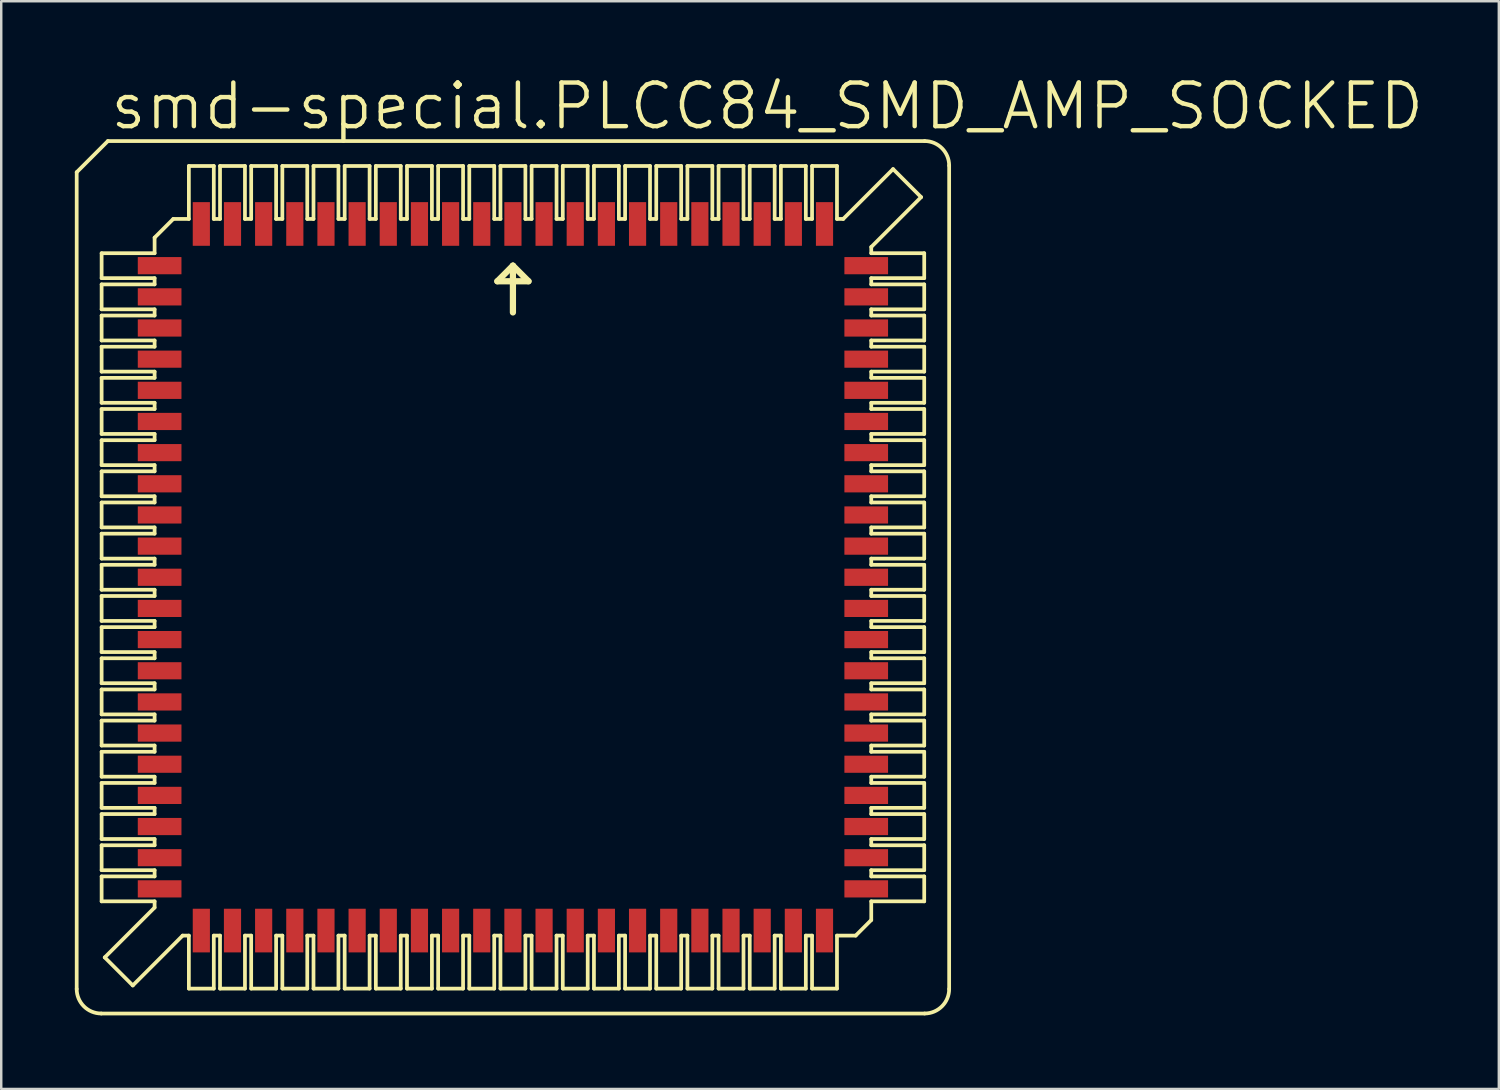
<source format=kicad_pcb>
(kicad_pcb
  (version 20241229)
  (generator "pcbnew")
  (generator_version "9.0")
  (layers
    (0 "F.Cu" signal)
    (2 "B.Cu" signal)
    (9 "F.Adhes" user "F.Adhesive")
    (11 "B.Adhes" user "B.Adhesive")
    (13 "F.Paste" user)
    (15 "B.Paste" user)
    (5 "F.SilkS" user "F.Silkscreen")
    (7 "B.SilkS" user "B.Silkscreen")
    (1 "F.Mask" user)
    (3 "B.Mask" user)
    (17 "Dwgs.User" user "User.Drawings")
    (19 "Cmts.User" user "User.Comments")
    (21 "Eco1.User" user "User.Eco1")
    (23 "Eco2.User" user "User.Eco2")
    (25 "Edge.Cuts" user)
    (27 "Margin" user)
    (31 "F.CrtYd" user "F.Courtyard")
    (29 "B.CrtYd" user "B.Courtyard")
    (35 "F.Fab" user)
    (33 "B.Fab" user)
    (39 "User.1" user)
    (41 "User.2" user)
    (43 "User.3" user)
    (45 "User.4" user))
  (footprint "smd-special.PLCC84_SMD_AMP_SOCKED"
    (layer "F.Cu")
    (at 17.856 20.479)
    (property "Reference" "smd-special.PLCC84_SMD_AMP_SOCKED" (at -16.51 -18.161 0) (layer "F.SilkS") (effects (font (size 1.778 1.778) (thickness 0.18)) (justify left bottom)))
    (attr smd)
    (fp_line (start -17.78 16.78) (end -17.78 -16.51) (stroke (width 0.152) (type default)) (layer "F.SilkS"))
    (fp_line (start -16.78 17.78) (end 16.78 17.78) (stroke (width 0.152) (type default)) (layer "F.SilkS"))
    (fp_line (start -16.764 -13.208) (end -16.764 -12.192) (stroke (width 0.152) (type default)) (layer "F.SilkS"))
    (fp_line (start -16.764 -13.208) (end -14.605 -13.208) (stroke (width 0.152) (type default)) (layer "F.SilkS"))
    (fp_line (start -16.764 -11.938) (end -16.764 -10.922) (stroke (width 0.152) (type default)) (layer "F.SilkS"))
    (fp_line (start -16.764 -11.938) (end -14.605 -11.938) (stroke (width 0.152) (type default)) (layer "F.SilkS"))
    (fp_line (start -16.764 -9.652) (end -16.764 -10.668) (stroke (width 0.152) (type default)) (layer "F.SilkS"))
    (fp_line (start -16.764 -9.652) (end -14.605 -9.652) (stroke (width 0.152) (type default)) (layer "F.SilkS"))
    (fp_line (start -16.764 -9.398) (end -16.764 -8.382) (stroke (width 0.152) (type default)) (layer "F.SilkS"))
    (fp_line (start -16.764 -9.398) (end -14.605 -9.398) (stroke (width 0.152) (type default)) (layer "F.SilkS"))
    (fp_line (start -16.764 -8.128) (end -16.764 -7.112) (stroke (width 0.152) (type default)) (layer "F.SilkS"))
    (fp_line (start -16.764 -8.128) (end -14.605 -8.128) (stroke (width 0.152) (type default)) (layer "F.SilkS"))
    (fp_line (start -16.764 -6.858) (end -16.764 -5.842) (stroke (width 0.152) (type default)) (layer "F.SilkS"))
    (fp_line (start -16.764 -6.858) (end -14.605 -6.858) (stroke (width 0.152) (type default)) (layer "F.SilkS"))
    (fp_line (start -16.764 -5.588) (end -16.764 -4.572) (stroke (width 0.152) (type default)) (layer "F.SilkS"))
    (fp_line (start -16.764 -5.588) (end -14.605 -5.588) (stroke (width 0.152) (type default)) (layer "F.SilkS"))
    (fp_line (start -16.764 -3.302) (end -16.764 -4.318) (stroke (width 0.152) (type default)) (layer "F.SilkS"))
    (fp_line (start -16.764 -3.302) (end -14.605 -3.302) (stroke (width 0.152) (type default)) (layer "F.SilkS"))
    (fp_line (start -16.764 -2.032) (end -16.764 -3.048) (stroke (width 0.152) (type default)) (layer "F.SilkS"))
    (fp_line (start -16.764 -2.032) (end -14.605 -2.032) (stroke (width 0.152) (type default)) (layer "F.SilkS"))
    (fp_line (start -16.764 -0.762) (end -16.764 -1.778) (stroke (width 0.152) (type default)) (layer "F.SilkS"))
    (fp_line (start -16.764 -0.762) (end -14.605 -0.762) (stroke (width 0.152) (type default)) (layer "F.SilkS"))
    (fp_line (start -16.764 0.508) (end -16.764 -0.508) (stroke (width 0.152) (type default)) (layer "F.SilkS"))
    (fp_line (start -16.764 0.508) (end -14.605 0.508) (stroke (width 0.152) (type default)) (layer "F.SilkS"))
    (fp_line (start -16.764 1.778) (end -16.764 0.762) (stroke (width 0.152) (type default)) (layer "F.SilkS"))
    (fp_line (start -16.764 1.778) (end -14.605 1.778) (stroke (width 0.152) (type default)) (layer "F.SilkS"))
    (fp_line (start -16.764 3.048) (end -16.764 2.032) (stroke (width 0.152) (type default)) (layer "F.SilkS"))
    (fp_line (start -16.764 3.048) (end -14.605 3.048) (stroke (width 0.152) (type default)) (layer "F.SilkS"))
    (fp_line (start -16.764 3.302) (end -16.764 4.318) (stroke (width 0.152) (type default)) (layer "F.SilkS"))
    (fp_line (start -16.764 3.302) (end -14.605 3.302) (stroke (width 0.152) (type default)) (layer "F.SilkS"))
    (fp_line (start -16.764 4.572) (end -16.764 5.588) (stroke (width 0.152) (type default)) (layer "F.SilkS"))
    (fp_line (start -16.764 4.572) (end -14.605 4.572) (stroke (width 0.152) (type default)) (layer "F.SilkS"))
    (fp_line (start -16.764 5.842) (end -16.764 6.858) (stroke (width 0.152) (type default)) (layer "F.SilkS"))
    (fp_line (start -16.764 5.842) (end -14.605 5.842) (stroke (width 0.152) (type default)) (layer "F.SilkS"))
    (fp_line (start -16.764 7.112) (end -14.605 7.112) (stroke (width 0.152) (type default)) (layer "F.SilkS"))
    (fp_line (start -16.764 8.128) (end -16.764 7.112) (stroke (width 0.152) (type default)) (layer "F.SilkS"))
    (fp_line (start -16.764 8.128) (end -14.605 8.128) (stroke (width 0.152) (type default)) (layer "F.SilkS"))
    (fp_line (start -16.764 8.382) (end -16.764 9.398) (stroke (width 0.152) (type default)) (layer "F.SilkS"))
    (fp_line (start -16.764 9.652) (end -16.764 10.668) (stroke (width 0.152) (type default)) (layer "F.SilkS"))
    (fp_line (start -16.764 10.922) (end -16.764 11.938) (stroke (width 0.152) (type default)) (layer "F.SilkS"))
    (fp_line (start -16.764 10.922) (end -14.605 10.922) (stroke (width 0.152) (type default)) (layer "F.SilkS"))
    (fp_line (start -16.764 12.192) (end -16.764 13.208) (stroke (width 0.152) (type default)) (layer "F.SilkS"))
    (fp_line (start -16.764 12.192) (end -14.605 12.192) (stroke (width 0.152) (type default)) (layer "F.SilkS"))
    (fp_line (start -16.637 15.494) (end -15.494 16.637) (stroke (width 0.152) (type default)) (layer "F.SilkS"))
    (fp_line (start -16.637 15.494) (end -14.605 13.462) (stroke (width 0.152) (type default)) (layer "F.SilkS"))
    (fp_line (start -16.51 -17.78) (end -17.78 -16.51) (stroke (width 0.152) (type default)) (layer "F.SilkS"))
    (fp_line (start -14.605 -13.208) (end -14.605 -13.843) (stroke (width 0.152) (type default)) (layer "F.SilkS"))
    (fp_line (start -14.605 -12.192) (end -16.764 -12.192) (stroke (width 0.152) (type default)) (layer "F.SilkS"))
    (fp_line (start -14.605 -12.192) (end -14.605 -11.938) (stroke (width 0.152) (type default)) (layer "F.SilkS"))
    (fp_line (start -14.605 -10.922) (end -16.764 -10.922) (stroke (width 0.152) (type default)) (layer "F.SilkS"))
    (fp_line (start -14.605 -10.668) (end -16.764 -10.668) (stroke (width 0.152) (type default)) (layer "F.SilkS"))
    (fp_line (start -14.605 -10.668) (end -14.605 -10.922) (stroke (width 0.152) (type default)) (layer "F.SilkS"))
    (fp_line (start -14.605 -9.398) (end -14.605 -9.652) (stroke (width 0.152) (type default)) (layer "F.SilkS"))
    (fp_line (start -14.605 -8.382) (end -16.764 -8.382) (stroke (width 0.152) (type default)) (layer "F.SilkS"))
    (fp_line (start -14.605 -8.382) (end -14.605 -8.128) (stroke (width 0.152) (type default)) (layer "F.SilkS"))
    (fp_line (start -14.605 -7.112) (end -16.764 -7.112) (stroke (width 0.152) (type default)) (layer "F.SilkS"))
    (fp_line (start -14.605 -7.112) (end -14.605 -6.858) (stroke (width 0.152) (type default)) (layer "F.SilkS"))
    (fp_line (start -14.605 -5.842) (end -16.764 -5.842) (stroke (width 0.152) (type default)) (layer "F.SilkS"))
    (fp_line (start -14.605 -5.842) (end -14.605 -5.588) (stroke (width 0.152) (type default)) (layer "F.SilkS"))
    (fp_line (start -14.605 -4.572) (end -16.764 -4.572) (stroke (width 0.152) (type default)) (layer "F.SilkS"))
    (fp_line (start -14.605 -4.572) (end -14.605 -4.318) (stroke (width 0.152) (type default)) (layer "F.SilkS"))
    (fp_line (start -14.605 -4.318) (end -16.764 -4.318) (stroke (width 0.152) (type default)) (layer "F.SilkS"))
    (fp_line (start -14.605 -3.048) (end -16.764 -3.048) (stroke (width 0.152) (type default)) (layer "F.SilkS"))
    (fp_line (start -14.605 -3.048) (end -14.605 -3.302) (stroke (width 0.152) (type default)) (layer "F.SilkS"))
    (fp_line (start -14.605 -1.778) (end -16.764 -1.778) (stroke (width 0.152) (type default)) (layer "F.SilkS"))
    (fp_line (start -14.605 -1.778) (end -14.605 -2.032) (stroke (width 0.152) (type default)) (layer "F.SilkS"))
    (fp_line (start -14.605 -0.508) (end -16.764 -0.508) (stroke (width 0.152) (type default)) (layer "F.SilkS"))
    (fp_line (start -14.605 -0.508) (end -14.605 -0.762) (stroke (width 0.152) (type default)) (layer "F.SilkS"))
    (fp_line (start -14.605 0.762) (end -16.764 0.762) (stroke (width 0.152) (type default)) (layer "F.SilkS"))
    (fp_line (start -14.605 0.762) (end -14.605 0.508) (stroke (width 0.152) (type default)) (layer "F.SilkS"))
    (fp_line (start -14.605 2.032) (end -16.764 2.032) (stroke (width 0.152) (type default)) (layer "F.SilkS"))
    (fp_line (start -14.605 2.032) (end -14.605 1.778) (stroke (width 0.152) (type default)) (layer "F.SilkS"))
    (fp_line (start -14.605 3.048) (end -14.605 3.302) (stroke (width 0.152) (type default)) (layer "F.SilkS"))
    (fp_line (start -14.605 4.318) (end -16.764 4.318) (stroke (width 0.152) (type default)) (layer "F.SilkS"))
    (fp_line (start -14.605 4.318) (end -14.605 4.572) (stroke (width 0.152) (type default)) (layer "F.SilkS"))
    (fp_line (start -14.605 5.588) (end -16.764 5.588) (stroke (width 0.152) (type default)) (layer "F.SilkS"))
    (fp_line (start -14.605 5.588) (end -14.605 5.842) (stroke (width 0.152) (type default)) (layer "F.SilkS"))
    (fp_line (start -14.605 6.858) (end -16.764 6.858) (stroke (width 0.152) (type default)) (layer "F.SilkS"))
    (fp_line (start -14.605 6.858) (end -14.605 7.112) (stroke (width 0.152) (type default)) (layer "F.SilkS"))
    (fp_line (start -14.605 8.382) (end -16.764 8.382) (stroke (width 0.152) (type default)) (layer "F.SilkS"))
    (fp_line (start -14.605 8.382) (end -14.605 8.128) (stroke (width 0.152) (type default)) (layer "F.SilkS"))
    (fp_line (start -14.605 9.398) (end -16.764 9.398) (stroke (width 0.152) (type default)) (layer "F.SilkS"))
    (fp_line (start -14.605 9.398) (end -14.605 9.652) (stroke (width 0.152) (type default)) (layer "F.SilkS"))
    (fp_line (start -14.605 9.652) (end -16.764 9.652) (stroke (width 0.152) (type default)) (layer "F.SilkS"))
    (fp_line (start -14.605 10.668) (end -16.764 10.668) (stroke (width 0.152) (type default)) (layer "F.SilkS"))
    (fp_line (start -14.605 10.668) (end -14.605 10.922) (stroke (width 0.152) (type default)) (layer "F.SilkS"))
    (fp_line (start -14.605 11.938) (end -16.764 11.938) (stroke (width 0.152) (type default)) (layer "F.SilkS"))
    (fp_line (start -14.605 11.938) (end -14.605 12.192) (stroke (width 0.152) (type default)) (layer "F.SilkS"))
    (fp_line (start -14.605 13.208) (end -16.764 13.208) (stroke (width 0.152) (type default)) (layer "F.SilkS"))
    (fp_line (start -14.605 13.462) (end -14.605 13.208) (stroke (width 0.152) (type default)) (layer "F.SilkS"))
    (fp_line (start -13.843 -14.605) (end -14.605 -13.843) (stroke (width 0.152) (type default)) (layer "F.SilkS"))
    (fp_line (start -13.462 14.605) (end -15.494 16.637) (stroke (width 0.152) (type default)) (layer "F.SilkS"))
    (fp_line (start -13.208 -14.605) (end -13.843 -14.605) (stroke (width 0.152) (type default)) (layer "F.SilkS"))
    (fp_line (start -13.208 -14.605) (end -13.208 -16.764) (stroke (width 0.152) (type default)) (layer "F.SilkS"))
    (fp_line (start -13.208 14.605) (end -13.462 14.605) (stroke (width 0.152) (type default)) (layer "F.SilkS"))
    (fp_line (start -13.208 14.605) (end -13.208 16.764) (stroke (width 0.152) (type default)) (layer "F.SilkS"))
    (fp_line (start -12.192 -16.764) (end -13.208 -16.764) (stroke (width 0.152) (type default)) (layer "F.SilkS"))
    (fp_line (start -12.192 -16.764) (end -12.192 -14.605) (stroke (width 0.152) (type default)) (layer "F.SilkS"))
    (fp_line (start -12.192 16.764) (end -13.208 16.764) (stroke (width 0.152) (type default)) (layer "F.SilkS"))
    (fp_line (start -12.192 16.764) (end -12.192 14.605) (stroke (width 0.152) (type default)) (layer "F.SilkS"))
    (fp_line (start -11.938 -14.605) (end -12.192 -14.605) (stroke (width 0.152) (type default)) (layer "F.SilkS"))
    (fp_line (start -11.938 -14.605) (end -11.938 -16.764) (stroke (width 0.152) (type default)) (layer "F.SilkS"))
    (fp_line (start -11.938 14.605) (end -12.192 14.605) (stroke (width 0.152) (type default)) (layer "F.SilkS"))
    (fp_line (start -11.938 14.605) (end -11.938 16.764) (stroke (width 0.152) (type default)) (layer "F.SilkS"))
    (fp_line (start -10.922 -16.764) (end -11.938 -16.764) (stroke (width 0.152) (type default)) (layer "F.SilkS"))
    (fp_line (start -10.922 -14.605) (end -10.922 -16.764) (stroke (width 0.152) (type default)) (layer "F.SilkS"))
    (fp_line (start -10.922 -14.605) (end -10.668 -14.605) (stroke (width 0.152) (type default)) (layer "F.SilkS"))
    (fp_line (start -10.922 16.764) (end -11.938 16.764) (stroke (width 0.152) (type default)) (layer "F.SilkS"))
    (fp_line (start -10.922 16.764) (end -10.922 14.605) (stroke (width 0.152) (type default)) (layer "F.SilkS"))
    (fp_line (start -10.668 -14.605) (end -10.668 -16.764) (stroke (width 0.152) (type default)) (layer "F.SilkS"))
    (fp_line (start -10.668 14.605) (end -10.922 14.605) (stroke (width 0.152) (type default)) (layer "F.SilkS"))
    (fp_line (start -10.668 16.764) (end -10.668 14.605) (stroke (width 0.152) (type default)) (layer "F.SilkS"))
    (fp_line (start -10.668 16.764) (end -9.652 16.764) (stroke (width 0.152) (type default)) (layer "F.SilkS"))
    (fp_line (start -9.652 -16.764) (end -10.668 -16.764) (stroke (width 0.152) (type default)) (layer "F.SilkS"))
    (fp_line (start -9.652 -16.764) (end -9.652 -14.605) (stroke (width 0.152) (type default)) (layer "F.SilkS"))
    (fp_line (start -9.652 14.605) (end -9.652 16.764) (stroke (width 0.152) (type default)) (layer "F.SilkS"))
    (fp_line (start -9.652 14.605) (end -9.398 14.605) (stroke (width 0.152) (type default)) (layer "F.SilkS"))
    (fp_line (start -9.398 -14.605) (end -9.652 -14.605) (stroke (width 0.152) (type default)) (layer "F.SilkS"))
    (fp_line (start -9.398 -14.605) (end -9.398 -16.764) (stroke (width 0.152) (type default)) (layer "F.SilkS"))
    (fp_line (start -9.398 16.764) (end -9.398 14.605) (stroke (width 0.152) (type default)) (layer "F.SilkS"))
    (fp_line (start -9.398 16.764) (end -8.382 16.764) (stroke (width 0.152) (type default)) (layer "F.SilkS"))
    (fp_line (start -8.382 -16.764) (end -9.398 -16.764) (stroke (width 0.152) (type default)) (layer "F.SilkS"))
    (fp_line (start -8.382 -16.764) (end -8.382 -14.605) (stroke (width 0.152) (type default)) (layer "F.SilkS"))
    (fp_line (start -8.382 14.605) (end -8.382 16.764) (stroke (width 0.152) (type default)) (layer "F.SilkS"))
    (fp_line (start -8.128 -14.605) (end -8.382 -14.605) (stroke (width 0.152) (type default)) (layer "F.SilkS"))
    (fp_line (start -8.128 -14.605) (end -8.128 -16.764) (stroke (width 0.152) (type default)) (layer "F.SilkS"))
    (fp_line (start -8.128 14.605) (end -8.382 14.605) (stroke (width 0.152) (type default)) (layer "F.SilkS"))
    (fp_line (start -8.128 14.605) (end -8.128 16.764) (stroke (width 0.152) (type default)) (layer "F.SilkS"))
    (fp_line (start -7.112 -16.764) (end -8.128 -16.764) (stroke (width 0.152) (type default)) (layer "F.SilkS"))
    (fp_line (start -7.112 -16.764) (end -7.112 -14.605) (stroke (width 0.152) (type default)) (layer "F.SilkS"))
    (fp_line (start -7.112 16.764) (end -8.128 16.764) (stroke (width 0.152) (type default)) (layer "F.SilkS"))
    (fp_line (start -7.112 16.764) (end -7.112 14.605) (stroke (width 0.152) (type default)) (layer "F.SilkS"))
    (fp_line (start -6.858 -14.605) (end -7.112 -14.605) (stroke (width 0.152) (type default)) (layer "F.SilkS"))
    (fp_line (start -6.858 -14.605) (end -6.858 -16.764) (stroke (width 0.152) (type default)) (layer "F.SilkS"))
    (fp_line (start -6.858 14.605) (end -7.112 14.605) (stroke (width 0.152) (type default)) (layer "F.SilkS"))
    (fp_line (start -6.858 16.764) (end -6.858 14.605) (stroke (width 0.152) (type default)) (layer "F.SilkS"))
    (fp_line (start -6.858 16.764) (end -5.842 16.764) (stroke (width 0.152) (type default)) (layer "F.SilkS"))
    (fp_line (start -5.842 -16.764) (end -6.858 -16.764) (stroke (width 0.152) (type default)) (layer "F.SilkS"))
    (fp_line (start -5.842 -16.764) (end -5.842 -14.605) (stroke (width 0.152) (type default)) (layer "F.SilkS"))
    (fp_line (start -5.842 14.605) (end -5.842 16.764) (stroke (width 0.152) (type default)) (layer "F.SilkS"))
    (fp_line (start -5.842 14.605) (end -5.588 14.605) (stroke (width 0.152) (type default)) (layer "F.SilkS"))
    (fp_line (start -5.588 -14.605) (end -5.842 -14.605) (stroke (width 0.152) (type default)) (layer "F.SilkS"))
    (fp_line (start -5.588 -14.605) (end -5.588 -16.764) (stroke (width 0.152) (type default)) (layer "F.SilkS"))
    (fp_line (start -5.588 16.764) (end -5.588 14.605) (stroke (width 0.152) (type default)) (layer "F.SilkS"))
    (fp_line (start -5.588 16.764) (end -4.572 16.764) (stroke (width 0.152) (type default)) (layer "F.SilkS"))
    (fp_line (start -4.572 -16.764) (end -5.588 -16.764) (stroke (width 0.152) (type default)) (layer "F.SilkS"))
    (fp_line (start -4.572 -16.764) (end -4.572 -14.605) (stroke (width 0.152) (type default)) (layer "F.SilkS"))
    (fp_line (start -4.572 14.605) (end -4.572 16.764) (stroke (width 0.152) (type default)) (layer "F.SilkS"))
    (fp_line (start -4.572 14.605) (end -4.318 14.605) (stroke (width 0.152) (type default)) (layer "F.SilkS"))
    (fp_line (start -4.318 -14.605) (end -4.572 -14.605) (stroke (width 0.152) (type default)) (layer "F.SilkS"))
    (fp_line (start -4.318 -14.605) (end -4.318 -16.764) (stroke (width 0.152) (type default)) (layer "F.SilkS"))
    (fp_line (start -4.318 16.764) (end -4.318 14.605) (stroke (width 0.152) (type default)) (layer "F.SilkS"))
    (fp_line (start -4.318 16.764) (end -3.302 16.764) (stroke (width 0.152) (type default)) (layer "F.SilkS"))
    (fp_line (start -3.302 -16.764) (end -4.318 -16.764) (stroke (width 0.152) (type default)) (layer "F.SilkS"))
    (fp_line (start -3.302 -16.764) (end -3.302 -14.605) (stroke (width 0.152) (type default)) (layer "F.SilkS"))
    (fp_line (start -3.302 14.605) (end -3.302 16.764) (stroke (width 0.152) (type default)) (layer "F.SilkS"))
    (fp_line (start -3.302 14.605) (end -3.048 14.605) (stroke (width 0.152) (type default)) (layer "F.SilkS"))
    (fp_line (start -3.048 -14.605) (end -3.302 -14.605) (stroke (width 0.152) (type default)) (layer "F.SilkS"))
    (fp_line (start -3.048 -14.605) (end -3.048 -16.764) (stroke (width 0.152) (type default)) (layer "F.SilkS"))
    (fp_line (start -3.048 16.764) (end -3.048 14.605) (stroke (width 0.152) (type default)) (layer "F.SilkS"))
    (fp_line (start -3.048 16.764) (end -2.032 16.764) (stroke (width 0.152) (type default)) (layer "F.SilkS"))
    (fp_line (start -2.032 -16.764) (end -3.048 -16.764) (stroke (width 0.152) (type default)) (layer "F.SilkS"))
    (fp_line (start -2.032 -16.764) (end -2.032 -14.605) (stroke (width 0.152) (type default)) (layer "F.SilkS"))
    (fp_line (start -2.032 14.605) (end -2.032 16.764) (stroke (width 0.152) (type default)) (layer "F.SilkS"))
    (fp_line (start -2.032 14.605) (end -1.778 14.605) (stroke (width 0.152) (type default)) (layer "F.SilkS"))
    (fp_line (start -1.778 -14.605) (end -2.032 -14.605) (stroke (width 0.152) (type default)) (layer "F.SilkS"))
    (fp_line (start -1.778 -14.605) (end -1.778 -16.764) (stroke (width 0.152) (type default)) (layer "F.SilkS"))
    (fp_line (start -1.778 16.764) (end -1.778 14.605) (stroke (width 0.152) (type default)) (layer "F.SilkS"))
    (fp_line (start -1.778 16.764) (end -0.762 16.764) (stroke (width 0.152) (type default)) (layer "F.SilkS"))
    (fp_line (start -0.762 -16.764) (end -1.778 -16.764) (stroke (width 0.152) (type default)) (layer "F.SilkS"))
    (fp_line (start -0.762 -16.764) (end -0.762 -14.605) (stroke (width 0.152) (type default)) (layer "F.SilkS"))
    (fp_line (start -0.762 14.605) (end -0.762 16.764) (stroke (width 0.152) (type default)) (layer "F.SilkS"))
    (fp_line (start -0.762 14.605) (end -0.508 14.605) (stroke (width 0.152) (type default)) (layer "F.SilkS"))
    (fp_line (start -0.635 -12.065) (end 0 -12.7) (stroke (width 0.254) (type default)) (layer "F.SilkS"))
    (fp_line (start -0.508 -14.605) (end -0.762 -14.605) (stroke (width 0.152) (type default)) (layer "F.SilkS"))
    (fp_line (start -0.508 -14.605) (end -0.508 -16.764) (stroke (width 0.152) (type default)) (layer "F.SilkS"))
    (fp_line (start -0.508 16.764) (end -0.508 14.605) (stroke (width 0.152) (type default)) (layer "F.SilkS"))
    (fp_line (start -0.508 16.764) (end 0.508 16.764) (stroke (width 0.152) (type default)) (layer "F.SilkS"))
    (fp_line (start 0 -12.7) (end 0 -10.795) (stroke (width 0.254) (type default)) (layer "F.SilkS"))
    (fp_line (start 0 -12.7) (end 0.635 -12.065) (stroke (width 0.254) (type default)) (layer "F.SilkS"))
    (fp_line (start 0.508 -16.764) (end -0.508 -16.764) (stroke (width 0.152) (type default)) (layer "F.SilkS"))
    (fp_line (start 0.508 -16.764) (end 0.508 -14.605) (stroke (width 0.152) (type default)) (layer "F.SilkS"))
    (fp_line (start 0.508 14.605) (end 0.508 16.764) (stroke (width 0.152) (type default)) (layer "F.SilkS"))
    (fp_line (start 0.508 14.605) (end 0.762 14.605) (stroke (width 0.152) (type default)) (layer "F.SilkS"))
    (fp_line (start 0.635 -12.065) (end -0.635 -12.065) (stroke (width 0.254) (type default)) (layer "F.SilkS"))
    (fp_line (start 0.762 -14.605) (end 0.508 -14.605) (stroke (width 0.152) (type default)) (layer "F.SilkS"))
    (fp_line (start 0.762 -14.605) (end 0.762 -16.764) (stroke (width 0.152) (type default)) (layer "F.SilkS"))
    (fp_line (start 0.762 16.764) (end 0.762 14.605) (stroke (width 0.152) (type default)) (layer "F.SilkS"))
    (fp_line (start 0.762 16.764) (end 1.778 16.764) (stroke (width 0.152) (type default)) (layer "F.SilkS"))
    (fp_line (start 1.778 -16.764) (end 0.762 -16.764) (stroke (width 0.152) (type default)) (layer "F.SilkS"))
    (fp_line (start 1.778 -16.764) (end 1.778 -14.605) (stroke (width 0.152) (type default)) (layer "F.SilkS"))
    (fp_line (start 1.778 14.605) (end 1.778 16.764) (stroke (width 0.152) (type default)) (layer "F.SilkS"))
    (fp_line (start 1.778 14.605) (end 2.032 14.605) (stroke (width 0.152) (type default)) (layer "F.SilkS"))
    (fp_line (start 2.032 -14.605) (end 1.778 -14.605) (stroke (width 0.152) (type default)) (layer "F.SilkS"))
    (fp_line (start 2.032 -14.605) (end 2.032 -16.764) (stroke (width 0.152) (type default)) (layer "F.SilkS"))
    (fp_line (start 2.032 16.764) (end 2.032 14.605) (stroke (width 0.152) (type default)) (layer "F.SilkS"))
    (fp_line (start 2.032 16.764) (end 3.048 16.764) (stroke (width 0.152) (type default)) (layer "F.SilkS"))
    (fp_line (start 3.048 -16.764) (end 2.032 -16.764) (stroke (width 0.152) (type default)) (layer "F.SilkS"))
    (fp_line (start 3.048 -16.764) (end 3.048 -14.605) (stroke (width 0.152) (type default)) (layer "F.SilkS"))
    (fp_line (start 3.048 14.605) (end 3.048 16.764) (stroke (width 0.152) (type default)) (layer "F.SilkS"))
    (fp_line (start 3.048 14.605) (end 3.302 14.605) (stroke (width 0.152) (type default)) (layer "F.SilkS"))
    (fp_line (start 3.302 -14.605) (end 3.048 -14.605) (stroke (width 0.152) (type default)) (layer "F.SilkS"))
    (fp_line (start 3.302 -14.605) (end 3.302 -16.764) (stroke (width 0.152) (type default)) (layer "F.SilkS"))
    (fp_line (start 3.302 16.764) (end 3.302 14.605) (stroke (width 0.152) (type default)) (layer "F.SilkS"))
    (fp_line (start 3.302 16.764) (end 4.318 16.764) (stroke (width 0.152) (type default)) (layer "F.SilkS"))
    (fp_line (start 4.318 -16.764) (end 3.302 -16.764) (stroke (width 0.152) (type default)) (layer "F.SilkS"))
    (fp_line (start 4.318 -16.764) (end 4.318 -14.605) (stroke (width 0.152) (type default)) (layer "F.SilkS"))
    (fp_line (start 4.318 14.605) (end 4.318 16.764) (stroke (width 0.152) (type default)) (layer "F.SilkS"))
    (fp_line (start 4.318 14.605) (end 4.572 14.605) (stroke (width 0.152) (type default)) (layer "F.SilkS"))
    (fp_line (start 4.572 -14.605) (end 4.318 -14.605) (stroke (width 0.152) (type default)) (layer "F.SilkS"))
    (fp_line (start 4.572 -14.605) (end 4.572 -16.764) (stroke (width 0.152) (type default)) (layer "F.SilkS"))
    (fp_line (start 4.572 16.764) (end 4.572 14.605) (stroke (width 0.152) (type default)) (layer "F.SilkS"))
    (fp_line (start 4.572 16.764) (end 5.588 16.764) (stroke (width 0.152) (type default)) (layer "F.SilkS"))
    (fp_line (start 5.588 -16.764) (end 4.572 -16.764) (stroke (width 0.152) (type default)) (layer "F.SilkS"))
    (fp_line (start 5.588 -16.764) (end 5.588 -14.605) (stroke (width 0.152) (type default)) (layer "F.SilkS"))
    (fp_line (start 5.588 14.605) (end 5.588 16.764) (stroke (width 0.152) (type default)) (layer "F.SilkS"))
    (fp_line (start 5.588 14.605) (end 5.842 14.605) (stroke (width 0.152) (type default)) (layer "F.SilkS"))
    (fp_line (start 5.842 -14.605) (end 5.588 -14.605) (stroke (width 0.152) (type default)) (layer "F.SilkS"))
    (fp_line (start 5.842 -14.605) (end 5.842 -16.764) (stroke (width 0.152) (type default)) (layer "F.SilkS"))
    (fp_line (start 5.842 16.764) (end 5.842 14.605) (stroke (width 0.152) (type default)) (layer "F.SilkS"))
    (fp_line (start 5.842 16.764) (end 6.858 16.764) (stroke (width 0.152) (type default)) (layer "F.SilkS"))
    (fp_line (start 6.858 -16.764) (end 5.842 -16.764) (stroke (width 0.152) (type default)) (layer "F.SilkS"))
    (fp_line (start 6.858 -16.764) (end 6.858 -14.605) (stroke (width 0.152) (type default)) (layer "F.SilkS"))
    (fp_line (start 6.858 -14.605) (end 7.112 -14.605) (stroke (width 0.152) (type default)) (layer "F.SilkS"))
    (fp_line (start 6.858 14.605) (end 6.858 16.764) (stroke (width 0.152) (type default)) (layer "F.SilkS"))
    (fp_line (start 6.858 14.605) (end 7.112 14.605) (stroke (width 0.152) (type default)) (layer "F.SilkS"))
    (fp_line (start 7.112 -16.764) (end 7.112 -14.605) (stroke (width 0.152) (type default)) (layer "F.SilkS"))
    (fp_line (start 7.112 -16.764) (end 8.128 -16.764) (stroke (width 0.152) (type default)) (layer "F.SilkS"))
    (fp_line (start 7.112 16.764) (end 7.112 14.605) (stroke (width 0.152) (type default)) (layer "F.SilkS"))
    (fp_line (start 7.112 16.764) (end 8.128 16.764) (stroke (width 0.152) (type default)) (layer "F.SilkS"))
    (fp_line (start 8.128 -14.605) (end 8.128 -16.764) (stroke (width 0.152) (type default)) (layer "F.SilkS"))
    (fp_line (start 8.128 -14.605) (end 8.382 -14.605) (stroke (width 0.152) (type default)) (layer "F.SilkS"))
    (fp_line (start 8.128 14.605) (end 8.128 16.764) (stroke (width 0.152) (type default)) (layer "F.SilkS"))
    (fp_line (start 8.128 14.605) (end 8.382 14.605) (stroke (width 0.152) (type default)) (layer "F.SilkS"))
    (fp_line (start 8.382 -14.605) (end 8.382 -16.764) (stroke (width 0.152) (type default)) (layer "F.SilkS"))
    (fp_line (start 8.382 16.764) (end 8.382 14.605) (stroke (width 0.152) (type default)) (layer "F.SilkS"))
    (fp_line (start 8.382 16.764) (end 9.398 16.764) (stroke (width 0.152) (type default)) (layer "F.SilkS"))
    (fp_line (start 9.398 -16.764) (end 8.382 -16.764) (stroke (width 0.152) (type default)) (layer "F.SilkS"))
    (fp_line (start 9.398 -16.764) (end 9.398 -14.605) (stroke (width 0.152) (type default)) (layer "F.SilkS"))
    (fp_line (start 9.398 16.764) (end 9.398 14.605) (stroke (width 0.152) (type default)) (layer "F.SilkS"))
    (fp_line (start 9.652 -14.605) (end 9.398 -14.605) (stroke (width 0.152) (type default)) (layer "F.SilkS"))
    (fp_line (start 9.652 -14.605) (end 9.652 -16.764) (stroke (width 0.152) (type default)) (layer "F.SilkS"))
    (fp_line (start 9.652 14.605) (end 9.398 14.605) (stroke (width 0.152) (type default)) (layer "F.SilkS"))
    (fp_line (start 9.652 16.764) (end 9.652 14.605) (stroke (width 0.152) (type default)) (layer "F.SilkS"))
    (fp_line (start 9.652 16.764) (end 10.668 16.764) (stroke (width 0.152) (type default)) (layer "F.SilkS"))
    (fp_line (start 10.668 -16.764) (end 9.652 -16.764) (stroke (width 0.152) (type default)) (layer "F.SilkS"))
    (fp_line (start 10.668 -16.764) (end 10.668 -14.605) (stroke (width 0.152) (type default)) (layer "F.SilkS"))
    (fp_line (start 10.668 14.605) (end 10.668 16.764) (stroke (width 0.152) (type default)) (layer "F.SilkS"))
    (fp_line (start 10.668 14.605) (end 10.922 14.605) (stroke (width 0.152) (type default)) (layer "F.SilkS"))
    (fp_line (start 10.922 -16.764) (end 11.938 -16.764) (stroke (width 0.152) (type default)) (layer "F.SilkS"))
    (fp_line (start 10.922 -14.605) (end 10.668 -14.605) (stroke (width 0.152) (type default)) (layer "F.SilkS"))
    (fp_line (start 10.922 -14.605) (end 10.922 -16.764) (stroke (width 0.152) (type default)) (layer "F.SilkS"))
    (fp_line (start 10.922 16.764) (end 10.922 14.605) (stroke (width 0.152) (type default)) (layer "F.SilkS"))
    (fp_line (start 10.922 16.764) (end 11.938 16.764) (stroke (width 0.152) (type default)) (layer "F.SilkS"))
    (fp_line (start 11.938 -14.605) (end 11.938 -16.764) (stroke (width 0.152) (type default)) (layer "F.SilkS"))
    (fp_line (start 11.938 -14.605) (end 12.192 -14.605) (stroke (width 0.152) (type default)) (layer "F.SilkS"))
    (fp_line (start 11.938 14.605) (end 11.938 16.764) (stroke (width 0.152) (type default)) (layer "F.SilkS"))
    (fp_line (start 11.938 14.605) (end 12.192 14.605) (stroke (width 0.152) (type default)) (layer "F.SilkS"))
    (fp_line (start 12.192 -14.605) (end 12.192 -16.764) (stroke (width 0.152) (type default)) (layer "F.SilkS"))
    (fp_line (start 12.192 16.764) (end 12.192 14.605) (stroke (width 0.152) (type default)) (layer "F.SilkS"))
    (fp_line (start 12.192 16.764) (end 13.208 16.764) (stroke (width 0.152) (type default)) (layer "F.SilkS"))
    (fp_line (start 13.208 -16.764) (end 12.192 -16.764) (stroke (width 0.152) (type default)) (layer "F.SilkS"))
    (fp_line (start 13.208 -16.764) (end 13.208 -14.605) (stroke (width 0.152) (type default)) (layer "F.SilkS"))
    (fp_line (start 13.208 -14.605) (end 13.462 -14.605) (stroke (width 0.152) (type default)) (layer "F.SilkS"))
    (fp_line (start 13.208 14.605) (end 13.208 16.764) (stroke (width 0.152) (type default)) (layer "F.SilkS"))
    (fp_line (start 13.208 14.605) (end 13.97 14.605) (stroke (width 0.152) (type default)) (layer "F.SilkS"))
    (fp_line (start 13.462 -14.605) (end 15.494 -16.637) (stroke (width 0.152) (type default)) (layer "F.SilkS"))
    (fp_line (start 14.605 -13.462) (end 14.605 -13.208) (stroke (width 0.152) (type default)) (layer "F.SilkS"))
    (fp_line (start 14.605 -12.192) (end 14.605 -11.938) (stroke (width 0.152) (type default)) (layer "F.SilkS"))
    (fp_line (start 14.605 -12.192) (end 16.764 -12.192) (stroke (width 0.152) (type default)) (layer "F.SilkS"))
    (fp_line (start 14.605 -11.938) (end 16.764 -11.938) (stroke (width 0.152) (type default)) (layer "F.SilkS"))
    (fp_line (start 14.605 -10.668) (end 14.605 -10.922) (stroke (width 0.152) (type default)) (layer "F.SilkS"))
    (fp_line (start 14.605 -10.668) (end 16.764 -10.668) (stroke (width 0.152) (type default)) (layer "F.SilkS"))
    (fp_line (start 14.605 -9.398) (end 14.605 -9.652) (stroke (width 0.152) (type default)) (layer "F.SilkS"))
    (fp_line (start 14.605 -9.398) (end 16.764 -9.398) (stroke (width 0.152) (type default)) (layer "F.SilkS"))
    (fp_line (start 14.605 -8.128) (end 14.605 -8.382) (stroke (width 0.152) (type default)) (layer "F.SilkS"))
    (fp_line (start 14.605 -7.112) (end 14.605 -6.858) (stroke (width 0.152) (type default)) (layer "F.SilkS"))
    (fp_line (start 14.605 -7.112) (end 16.764 -7.112) (stroke (width 0.152) (type default)) (layer "F.SilkS"))
    (fp_line (start 14.605 -5.842) (end 14.605 -5.588) (stroke (width 0.152) (type default)) (layer "F.SilkS"))
    (fp_line (start 14.605 -5.842) (end 16.764 -5.842) (stroke (width 0.152) (type default)) (layer "F.SilkS"))
    (fp_line (start 14.605 -4.572) (end 14.605 -4.318) (stroke (width 0.152) (type default)) (layer "F.SilkS"))
    (fp_line (start 14.605 -4.572) (end 16.764 -4.572) (stroke (width 0.152) (type default)) (layer "F.SilkS"))
    (fp_line (start 14.605 -3.302) (end 14.605 -3.048) (stroke (width 0.152) (type default)) (layer "F.SilkS"))
    (fp_line (start 14.605 -3.302) (end 16.764 -3.302) (stroke (width 0.152) (type default)) (layer "F.SilkS"))
    (fp_line (start 14.605 -2.032) (end 14.605 -1.778) (stroke (width 0.152) (type default)) (layer "F.SilkS"))
    (fp_line (start 14.605 -2.032) (end 16.764 -2.032) (stroke (width 0.152) (type default)) (layer "F.SilkS"))
    (fp_line (start 14.605 -0.762) (end 14.605 -0.508) (stroke (width 0.152) (type default)) (layer "F.SilkS"))
    (fp_line (start 14.605 -0.762) (end 16.764 -0.762) (stroke (width 0.152) (type default)) (layer "F.SilkS"))
    (fp_line (start 14.605 -0.508) (end 16.764 -0.508) (stroke (width 0.152) (type default)) (layer "F.SilkS"))
    (fp_line (start 14.605 0.762) (end 14.605 0.508) (stroke (width 0.152) (type default)) (layer "F.SilkS"))
    (fp_line (start 14.605 0.762) (end 16.764 0.762) (stroke (width 0.152) (type default)) (layer "F.SilkS"))
    (fp_line (start 14.605 2.032) (end 14.605 1.778) (stroke (width 0.152) (type default)) (layer "F.SilkS"))
    (fp_line (start 14.605 2.032) (end 16.764 2.032) (stroke (width 0.152) (type default)) (layer "F.SilkS"))
    (fp_line (start 14.605 3.302) (end 14.605 3.048) (stroke (width 0.152) (type default)) (layer "F.SilkS"))
    (fp_line (start 14.605 3.302) (end 16.764 3.302) (stroke (width 0.152) (type default)) (layer "F.SilkS"))
    (fp_line (start 14.605 4.318) (end 14.605 4.572) (stroke (width 0.152) (type default)) (layer "F.SilkS"))
    (fp_line (start 14.605 5.588) (end 14.605 5.842) (stroke (width 0.152) (type default)) (layer "F.SilkS"))
    (fp_line (start 14.605 5.588) (end 16.764 5.588) (stroke (width 0.152) (type default)) (layer "F.SilkS"))
    (fp_line (start 14.605 5.842) (end 16.764 5.842) (stroke (width 0.152) (type default)) (layer "F.SilkS"))
    (fp_line (start 14.605 7.112) (end 14.605 6.858) (stroke (width 0.152) (type default)) (layer "F.SilkS"))
    (fp_line (start 14.605 7.112) (end 16.764 7.112) (stroke (width 0.152) (type default)) (layer "F.SilkS"))
    (fp_line (start 14.605 8.128) (end 14.605 8.382) (stroke (width 0.152) (type default)) (layer "F.SilkS"))
    (fp_line (start 14.605 8.382) (end 16.764 8.382) (stroke (width 0.152) (type default)) (layer "F.SilkS"))
    (fp_line (start 14.605 9.652) (end 14.605 9.398) (stroke (width 0.152) (type default)) (layer "F.SilkS"))
    (fp_line (start 14.605 9.652) (end 16.764 9.652) (stroke (width 0.152) (type default)) (layer "F.SilkS"))
    (fp_line (start 14.605 10.668) (end 14.605 10.922) (stroke (width 0.152) (type default)) (layer "F.SilkS"))
    (fp_line (start 14.605 11.938) (end 14.605 12.192) (stroke (width 0.152) (type default)) (layer "F.SilkS"))
    (fp_line (start 14.605 11.938) (end 16.764 11.938) (stroke (width 0.152) (type default)) (layer "F.SilkS"))
    (fp_line (start 14.605 12.192) (end 16.764 12.192) (stroke (width 0.152) (type default)) (layer "F.SilkS"))
    (fp_line (start 14.605 13.97) (end 13.97 14.605) (stroke (width 0.152) (type default)) (layer "F.SilkS"))
    (fp_line (start 14.605 13.97) (end 14.605 13.208) (stroke (width 0.152) (type default)) (layer "F.SilkS"))
    (fp_line (start 16.637 -15.494) (end 14.605 -13.462) (stroke (width 0.152) (type default)) (layer "F.SilkS"))
    (fp_line (start 16.637 -15.494) (end 15.494 -16.637) (stroke (width 0.152) (type default)) (layer "F.SilkS"))
    (fp_line (start 16.764 -13.208) (end 14.605 -13.208) (stroke (width 0.152) (type default)) (layer "F.SilkS"))
    (fp_line (start 16.764 -13.208) (end 16.764 -12.192) (stroke (width 0.152) (type default)) (layer "F.SilkS"))
    (fp_line (start 16.764 -10.922) (end 14.605 -10.922) (stroke (width 0.152) (type default)) (layer "F.SilkS"))
    (fp_line (start 16.764 -10.922) (end 16.764 -11.938) (stroke (width 0.152) (type default)) (layer "F.SilkS"))
    (fp_line (start 16.764 -9.652) (end 14.605 -9.652) (stroke (width 0.152) (type default)) (layer "F.SilkS"))
    (fp_line (start 16.764 -9.652) (end 16.764 -10.668) (stroke (width 0.152) (type default)) (layer "F.SilkS"))
    (fp_line (start 16.764 -8.382) (end 14.605 -8.382) (stroke (width 0.152) (type default)) (layer "F.SilkS"))
    (fp_line (start 16.764 -8.382) (end 16.764 -9.398) (stroke (width 0.152) (type default)) (layer "F.SilkS"))
    (fp_line (start 16.764 -8.128) (end 14.605 -8.128) (stroke (width 0.152) (type default)) (layer "F.SilkS"))
    (fp_line (start 16.764 -8.128) (end 16.764 -7.112) (stroke (width 0.152) (type default)) (layer "F.SilkS"))
    (fp_line (start 16.764 -6.858) (end 14.605 -6.858) (stroke (width 0.152) (type default)) (layer "F.SilkS"))
    (fp_line (start 16.764 -6.858) (end 16.764 -5.842) (stroke (width 0.152) (type default)) (layer "F.SilkS"))
    (fp_line (start 16.764 -5.588) (end 14.605 -5.588) (stroke (width 0.152) (type default)) (layer "F.SilkS"))
    (fp_line (start 16.764 -5.588) (end 16.764 -4.572) (stroke (width 0.152) (type default)) (layer "F.SilkS"))
    (fp_line (start 16.764 -4.318) (end 14.605 -4.318) (stroke (width 0.152) (type default)) (layer "F.SilkS"))
    (fp_line (start 16.764 -4.318) (end 16.764 -3.302) (stroke (width 0.152) (type default)) (layer "F.SilkS"))
    (fp_line (start 16.764 -3.048) (end 14.605 -3.048) (stroke (width 0.152) (type default)) (layer "F.SilkS"))
    (fp_line (start 16.764 -3.048) (end 16.764 -2.032) (stroke (width 0.152) (type default)) (layer "F.SilkS"))
    (fp_line (start 16.764 -1.778) (end 14.605 -1.778) (stroke (width 0.152) (type default)) (layer "F.SilkS"))
    (fp_line (start 16.764 -1.778) (end 16.764 -0.762) (stroke (width 0.152) (type default)) (layer "F.SilkS"))
    (fp_line (start 16.764 0.508) (end 14.605 0.508) (stroke (width 0.152) (type default)) (layer "F.SilkS"))
    (fp_line (start 16.764 0.508) (end 16.764 -0.508) (stroke (width 0.152) (type default)) (layer "F.SilkS"))
    (fp_line (start 16.764 1.778) (end 14.605 1.778) (stroke (width 0.152) (type default)) (layer "F.SilkS"))
    (fp_line (start 16.764 1.778) (end 16.764 0.762) (stroke (width 0.152) (type default)) (layer "F.SilkS"))
    (fp_line (start 16.764 3.048) (end 14.605 3.048) (stroke (width 0.152) (type default)) (layer "F.SilkS"))
    (fp_line (start 16.764 3.048) (end 16.764 2.032) (stroke (width 0.152) (type default)) (layer "F.SilkS"))
    (fp_line (start 16.764 4.318) (end 14.605 4.318) (stroke (width 0.152) (type default)) (layer "F.SilkS"))
    (fp_line (start 16.764 4.318) (end 16.764 3.302) (stroke (width 0.152) (type default)) (layer "F.SilkS"))
    (fp_line (start 16.764 4.572) (end 14.605 4.572) (stroke (width 0.152) (type default)) (layer "F.SilkS"))
    (fp_line (start 16.764 4.572) (end 16.764 5.588) (stroke (width 0.152) (type default)) (layer "F.SilkS"))
    (fp_line (start 16.764 6.858) (end 14.605 6.858) (stroke (width 0.152) (type default)) (layer "F.SilkS"))
    (fp_line (start 16.764 6.858) (end 16.764 5.842) (stroke (width 0.152) (type default)) (layer "F.SilkS"))
    (fp_line (start 16.764 8.128) (end 14.605 8.128) (stroke (width 0.152) (type default)) (layer "F.SilkS"))
    (fp_line (start 16.764 8.128) (end 16.764 7.112) (stroke (width 0.152) (type default)) (layer "F.SilkS"))
    (fp_line (start 16.764 9.398) (end 14.605 9.398) (stroke (width 0.152) (type default)) (layer "F.SilkS"))
    (fp_line (start 16.764 9.398) (end 16.764 8.382) (stroke (width 0.152) (type default)) (layer "F.SilkS"))
    (fp_line (start 16.764 10.668) (end 14.605 10.668) (stroke (width 0.152) (type default)) (layer "F.SilkS"))
    (fp_line (start 16.764 10.668) (end 16.764 9.652) (stroke (width 0.152) (type default)) (layer "F.SilkS"))
    (fp_line (start 16.764 10.922) (end 14.605 10.922) (stroke (width 0.152) (type default)) (layer "F.SilkS"))
    (fp_line (start 16.764 10.922) (end 16.764 11.938) (stroke (width 0.152) (type default)) (layer "F.SilkS"))
    (fp_line (start 16.764 13.208) (end 14.605 13.208) (stroke (width 0.152) (type default)) (layer "F.SilkS"))
    (fp_line (start 16.764 13.208) (end 16.764 12.192) (stroke (width 0.152) (type default)) (layer "F.SilkS"))
    (fp_line (start 16.78 -17.78) (end -16.51 -17.78) (stroke (width 0.152) (type default)) (layer "F.SilkS"))
    (fp_line (start 17.78 16.78) (end 17.78 -16.78) (stroke (width 0.152) (type default)) (layer "F.SilkS"))
    (fp_arc (start -16.78 17.78) (mid -17.487107 17.487107) (end -17.78 16.78) (stroke (width 0.1524) (type default)) (layer "F.SilkS"))
    (fp_arc (start 16.78 -17.78) (mid 17.487107 -17.487107) (end 17.78 -16.78) (stroke (width 0.1524) (type default)) (layer "F.SilkS"))
    (fp_arc (start 17.78 16.78) (mid 17.487107 17.487107) (end 16.78 17.78) (stroke (width 0.1524) (type default)) (layer "F.SilkS"))
    (pad "1" smd roundrect (at 0 -14.4) (size 0.7 1.78) (layers "F.Cu" "F.Mask" "F.Paste") (roundrect_rratio 0.01))
    (pad "2" smd roundrect (at -1.27 -14.4) (size 0.7 1.78) (layers "F.Cu" "F.Mask" "F.Paste") (roundrect_rratio 0.01))
    (pad "3" smd roundrect (at -2.54 -14.4) (size 0.7 1.78) (layers "F.Cu" "F.Mask" "F.Paste") (roundrect_rratio 0.01))
    (pad "4" smd roundrect (at -3.81 -14.4) (size 0.7 1.78) (layers "F.Cu" "F.Mask" "F.Paste") (roundrect_rratio 0.01))
    (pad "5" smd roundrect (at -5.08 -14.4) (size 0.7 1.78) (layers "F.Cu" "F.Mask" "F.Paste") (roundrect_rratio 0.01))
    (pad "6" smd roundrect (at -6.35 -14.4) (size 0.7 1.78) (layers "F.Cu" "F.Mask" "F.Paste") (roundrect_rratio 0.01))
    (pad "7" smd roundrect (at -7.62 -14.4) (size 0.7 1.78) (layers "F.Cu" "F.Mask" "F.Paste") (roundrect_rratio 0.01))
    (pad "8" smd roundrect (at -8.89 -14.4) (size 0.7 1.78) (layers "F.Cu" "F.Mask" "F.Paste") (roundrect_rratio 0.01))
    (pad "9" smd roundrect (at -10.16 -14.4) (size 0.7 1.78) (layers "F.Cu" "F.Mask" "F.Paste") (roundrect_rratio 0.01))
    (pad "10" smd roundrect (at -11.43 -14.4) (size 0.7 1.78) (layers "F.Cu" "F.Mask" "F.Paste") (roundrect_rratio 0.01))
    (pad "11" smd roundrect (at -12.7 -14.4) (size 0.7 1.78) (layers "F.Cu" "F.Mask" "F.Paste") (roundrect_rratio 0.01))
    (pad "12" smd roundrect (at -14.4 -12.7) (size 1.78 0.7) (layers "F.Cu" "F.Mask" "F.Paste") (roundrect_rratio 0.01))
    (pad "13" smd roundrect (at -14.4 -11.43) (size 1.78 0.7) (layers "F.Cu" "F.Mask" "F.Paste") (roundrect_rratio 0.01))
    (pad "14" smd roundrect (at -14.4 -10.16) (size 1.78 0.7) (layers "F.Cu" "F.Mask" "F.Paste") (roundrect_rratio 0.01))
    (pad "15" smd roundrect (at -14.4 -8.89) (size 1.78 0.7) (layers "F.Cu" "F.Mask" "F.Paste") (roundrect_rratio 0.01))
    (pad "16" smd roundrect (at -14.4 -7.62) (size 1.78 0.7) (layers "F.Cu" "F.Mask" "F.Paste") (roundrect_rratio 0.01))
    (pad "17" smd roundrect (at -14.4 -6.35) (size 1.78 0.7) (layers "F.Cu" "F.Mask" "F.Paste") (roundrect_rratio 0.01))
    (pad "18" smd roundrect (at -14.4 -5.08) (size 1.78 0.7) (layers "F.Cu" "F.Mask" "F.Paste") (roundrect_rratio 0.01))
    (pad "19" smd roundrect (at -14.4 -3.81) (size 1.78 0.7) (layers "F.Cu" "F.Mask" "F.Paste") (roundrect_rratio 0.01))
    (pad "20" smd roundrect (at -14.4 -2.54) (size 1.78 0.7) (layers "F.Cu" "F.Mask" "F.Paste") (roundrect_rratio 0.01))
    (pad "21" smd roundrect (at -14.4 -1.27) (size 1.78 0.7) (layers "F.Cu" "F.Mask" "F.Paste") (roundrect_rratio 0.01))
    (pad "22" smd roundrect (at -14.4 0) (size 1.78 0.7) (layers "F.Cu" "F.Mask" "F.Paste") (roundrect_rratio 0.01))
    (pad "23" smd roundrect (at -14.4 1.27) (size 1.78 0.7) (layers "F.Cu" "F.Mask" "F.Paste") (roundrect_rratio 0.01))
    (pad "24" smd roundrect (at -14.4 2.54) (size 1.78 0.7) (layers "F.Cu" "F.Mask" "F.Paste") (roundrect_rratio 0.01))
    (pad "25" smd roundrect (at -14.4 3.81) (size 1.78 0.7) (layers "F.Cu" "F.Mask" "F.Paste") (roundrect_rratio 0.01))
    (pad "26" smd roundrect (at -14.4 5.08) (size 1.78 0.7) (layers "F.Cu" "F.Mask" "F.Paste") (roundrect_rratio 0.01))
    (pad "27" smd roundrect (at -14.4 6.35) (size 1.78 0.7) (layers "F.Cu" "F.Mask" "F.Paste") (roundrect_rratio 0.01))
    (pad "28" smd roundrect (at -14.4 7.62) (size 1.78 0.7) (layers "F.Cu" "F.Mask" "F.Paste") (roundrect_rratio 0.01))
    (pad "29" smd roundrect (at -14.4 8.89) (size 1.78 0.7) (layers "F.Cu" "F.Mask" "F.Paste") (roundrect_rratio 0.01))
    (pad "30" smd roundrect (at -14.4 10.16) (size 1.78 0.7) (layers "F.Cu" "F.Mask" "F.Paste") (roundrect_rratio 0.01))
    (pad "31" smd roundrect (at -14.4 11.43) (size 1.78 0.7) (layers "F.Cu" "F.Mask" "F.Paste") (roundrect_rratio 0.01))
    (pad "32" smd roundrect (at -14.4 12.7) (size 1.78 0.7) (layers "F.Cu" "F.Mask" "F.Paste") (roundrect_rratio 0.01))
    (pad "33" smd roundrect (at -12.7 14.4) (size 0.7 1.78) (layers "F.Cu" "F.Mask" "F.Paste") (roundrect_rratio 0.01))
    (pad "34" smd roundrect (at -11.43 14.4) (size 0.7 1.78) (layers "F.Cu" "F.Mask" "F.Paste") (roundrect_rratio 0.01))
    (pad "35" smd roundrect (at -10.16 14.4) (size 0.7 1.78) (layers "F.Cu" "F.Mask" "F.Paste") (roundrect_rratio 0.01))
    (pad "36" smd roundrect (at -8.89 14.4) (size 0.7 1.78) (layers "F.Cu" "F.Mask" "F.Paste") (roundrect_rratio 0.01))
    (pad "37" smd roundrect (at -7.62 14.4) (size 0.7 1.78) (layers "F.Cu" "F.Mask" "F.Paste") (roundrect_rratio 0.01))
    (pad "38" smd roundrect (at -6.35 14.4) (size 0.7 1.78) (layers "F.Cu" "F.Mask" "F.Paste") (roundrect_rratio 0.01))
    (pad "39" smd roundrect (at -5.08 14.4) (size 0.7 1.78) (layers "F.Cu" "F.Mask" "F.Paste") (roundrect_rratio 0.01))
    (pad "40" smd roundrect (at -3.81 14.4) (size 0.7 1.78) (layers "F.Cu" "F.Mask" "F.Paste") (roundrect_rratio 0.01))
    (pad "41" smd roundrect (at -2.54 14.4) (size 0.7 1.78) (layers "F.Cu" "F.Mask" "F.Paste") (roundrect_rratio 0.01))
    (pad "42" smd roundrect (at -1.27 14.4) (size 0.7 1.78) (layers "F.Cu" "F.Mask" "F.Paste") (roundrect_rratio 0.01))
    (pad "43" smd roundrect (at 0 14.4) (size 0.7 1.78) (layers "F.Cu" "F.Mask" "F.Paste") (roundrect_rratio 0.01))
    (pad "44" smd roundrect (at 1.27 14.4) (size 0.7 1.78) (layers "F.Cu" "F.Mask" "F.Paste") (roundrect_rratio 0.01))
    (pad "45" smd roundrect (at 2.54 14.4) (size 0.7 1.78) (layers "F.Cu" "F.Mask" "F.Paste") (roundrect_rratio 0.01))
    (pad "46" smd roundrect (at 3.81 14.4) (size 0.7 1.78) (layers "F.Cu" "F.Mask" "F.Paste") (roundrect_rratio 0.01))
    (pad "47" smd roundrect (at 5.08 14.4) (size 0.7 1.78) (layers "F.Cu" "F.Mask" "F.Paste") (roundrect_rratio 0.01))
    (pad "48" smd roundrect (at 6.35 14.4) (size 0.7 1.78) (layers "F.Cu" "F.Mask" "F.Paste") (roundrect_rratio 0.01))
    (pad "49" smd roundrect (at 7.62 14.4) (size 0.7 1.78) (layers "F.Cu" "F.Mask" "F.Paste") (roundrect_rratio 0.01))
    (pad "50" smd roundrect (at 8.89 14.4) (size 0.7 1.78) (layers "F.Cu" "F.Mask" "F.Paste") (roundrect_rratio 0.01))
    (pad "51" smd roundrect (at 10.16 14.4) (size 0.7 1.78) (layers "F.Cu" "F.Mask" "F.Paste") (roundrect_rratio 0.01))
    (pad "52" smd roundrect (at 11.43 14.4) (size 0.7 1.78) (layers "F.Cu" "F.Mask" "F.Paste") (roundrect_rratio 0.01))
    (pad "53" smd roundrect (at 12.7 14.4) (size 0.7 1.78) (layers "F.Cu" "F.Mask" "F.Paste") (roundrect_rratio 0.01))
    (pad "54" smd roundrect (at 14.4 12.7) (size 1.78 0.7) (layers "F.Cu" "F.Mask" "F.Paste") (roundrect_rratio 0.01))
    (pad "55" smd roundrect (at 14.4 11.43) (size 1.78 0.7) (layers "F.Cu" "F.Mask" "F.Paste") (roundrect_rratio 0.01))
    (pad "56" smd roundrect (at 14.4 10.16) (size 1.78 0.7) (layers "F.Cu" "F.Mask" "F.Paste") (roundrect_rratio 0.01))
    (pad "57" smd roundrect (at 14.4 8.89) (size 1.78 0.7) (layers "F.Cu" "F.Mask" "F.Paste") (roundrect_rratio 0.01))
    (pad "58" smd roundrect (at 14.4 7.62) (size 1.78 0.7) (layers "F.Cu" "F.Mask" "F.Paste") (roundrect_rratio 0.01))
    (pad "59" smd roundrect (at 14.4 6.35) (size 1.78 0.7) (layers "F.Cu" "F.Mask" "F.Paste") (roundrect_rratio 0.01))
    (pad "60" smd roundrect (at 14.4 5.08) (size 1.78 0.7) (layers "F.Cu" "F.Mask" "F.Paste") (roundrect_rratio 0.01))
    (pad "61" smd roundrect (at 14.4 3.81) (size 1.78 0.7) (layers "F.Cu" "F.Mask" "F.Paste") (roundrect_rratio 0.01))
    (pad "62" smd roundrect (at 14.4 2.54) (size 1.78 0.7) (layers "F.Cu" "F.Mask" "F.Paste") (roundrect_rratio 0.01))
    (pad "63" smd roundrect (at 14.4 1.27) (size 1.78 0.7) (layers "F.Cu" "F.Mask" "F.Paste") (roundrect_rratio 0.01))
    (pad "64" smd roundrect (at 14.4 0) (size 1.78 0.7) (layers "F.Cu" "F.Mask" "F.Paste") (roundrect_rratio 0.01))
    (pad "65" smd roundrect (at 14.4 -1.27) (size 1.78 0.7) (layers "F.Cu" "F.Mask" "F.Paste") (roundrect_rratio 0.01))
    (pad "66" smd roundrect (at 14.4 -2.54) (size 1.78 0.7) (layers "F.Cu" "F.Mask" "F.Paste") (roundrect_rratio 0.01))
    (pad "67" smd roundrect (at 14.4 -3.81) (size 1.78 0.7) (layers "F.Cu" "F.Mask" "F.Paste") (roundrect_rratio 0.01))
    (pad "68" smd roundrect (at 14.4 -5.08) (size 1.78 0.7) (layers "F.Cu" "F.Mask" "F.Paste") (roundrect_rratio 0.01))
    (pad "69" smd roundrect (at 14.4 -6.35) (size 1.78 0.7) (layers "F.Cu" "F.Mask" "F.Paste") (roundrect_rratio 0.01))
    (pad "70" smd roundrect (at 14.4 -7.62) (size 1.78 0.7) (layers "F.Cu" "F.Mask" "F.Paste") (roundrect_rratio 0.01))
    (pad "71" smd roundrect (at 14.4 -8.89) (size 1.78 0.7) (layers "F.Cu" "F.Mask" "F.Paste") (roundrect_rratio 0.01))
    (pad "72" smd roundrect (at 14.4 -10.16) (size 1.78 0.7) (layers "F.Cu" "F.Mask" "F.Paste") (roundrect_rratio 0.01))
    (pad "73" smd roundrect (at 14.4 -11.43) (size 1.78 0.7) (layers "F.Cu" "F.Mask" "F.Paste") (roundrect_rratio 0.01))
    (pad "74" smd roundrect (at 14.4 -12.7) (size 1.78 0.7) (layers "F.Cu" "F.Mask" "F.Paste") (roundrect_rratio 0.01))
    (pad "75" smd roundrect (at 12.7 -14.4) (size 0.7 1.78) (layers "F.Cu" "F.Mask" "F.Paste") (roundrect_rratio 0.01))
    (pad "76" smd roundrect (at 11.43 -14.4) (size 0.7 1.78) (layers "F.Cu" "F.Mask" "F.Paste") (roundrect_rratio 0.01))
    (pad "77" smd roundrect (at 10.16 -14.4) (size 0.7 1.78) (layers "F.Cu" "F.Mask" "F.Paste") (roundrect_rratio 0.01))
    (pad "78" smd roundrect (at 8.89 -14.4) (size 0.7 1.78) (layers "F.Cu" "F.Mask" "F.Paste") (roundrect_rratio 0.01))
    (pad "79" smd roundrect (at 7.62 -14.4) (size 0.7 1.78) (layers "F.Cu" "F.Mask" "F.Paste") (roundrect_rratio 0.01))
    (pad "80" smd roundrect (at 6.35 -14.4) (size 0.7 1.78) (layers "F.Cu" "F.Mask" "F.Paste") (roundrect_rratio 0.01))
    (pad "81" smd roundrect (at 5.08 -14.4) (size 0.7 1.78) (layers "F.Cu" "F.Mask" "F.Paste") (roundrect_rratio 0.01))
    (pad "82" smd roundrect (at 3.81 -14.4) (size 0.7 1.78) (layers "F.Cu" "F.Mask" "F.Paste") (roundrect_rratio 0.01))
    (pad "83" smd roundrect (at 2.54 -14.4) (size 0.7 1.78) (layers "F.Cu" "F.Mask" "F.Paste") (roundrect_rratio 0.01))
    (pad "84" smd roundrect (at 1.27 -14.4) (size 0.7 1.78) (layers "F.Cu" "F.Mask" "F.Paste") (roundrect_rratio 0.01)))
  (gr_rect
    (start -3 -3)
    (end 58.04 41.335)
    (stroke (width 0.1) (type default))
    (fill no)
    (layer "Edge.Cuts")))
</source>
